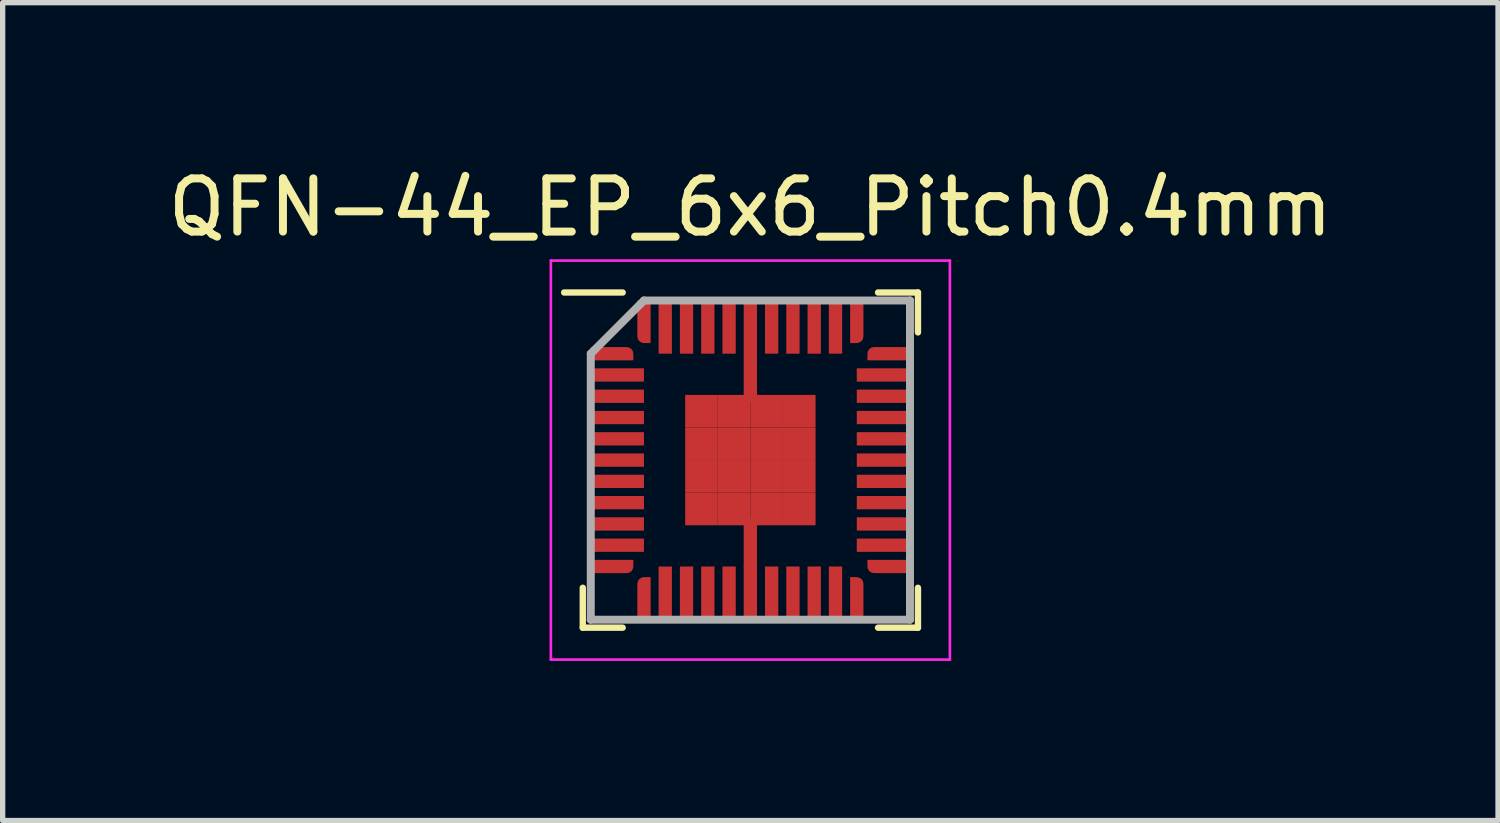
<source format=kicad_pcb>
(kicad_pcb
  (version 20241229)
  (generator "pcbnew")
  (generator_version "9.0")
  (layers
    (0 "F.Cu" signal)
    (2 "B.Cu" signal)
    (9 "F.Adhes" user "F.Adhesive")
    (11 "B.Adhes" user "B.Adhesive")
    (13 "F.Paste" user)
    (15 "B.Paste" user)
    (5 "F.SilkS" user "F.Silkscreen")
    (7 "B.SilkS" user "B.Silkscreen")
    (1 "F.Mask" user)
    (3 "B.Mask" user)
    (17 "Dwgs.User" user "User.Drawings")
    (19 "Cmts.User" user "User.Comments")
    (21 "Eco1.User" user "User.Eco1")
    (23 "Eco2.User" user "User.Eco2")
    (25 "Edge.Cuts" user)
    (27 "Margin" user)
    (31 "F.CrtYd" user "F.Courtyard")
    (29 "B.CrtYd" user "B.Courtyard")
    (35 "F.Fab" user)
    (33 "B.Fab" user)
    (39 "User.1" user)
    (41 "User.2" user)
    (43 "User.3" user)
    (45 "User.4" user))
  (footprint "QFN-44_EP_6x6_Pitch0.4mm"
    (layer "F.Cu")
    (at 11.054 5.598)
    (property "Reference" "QFN-44_EP_6x6_Pitch0.4mm" (at 0 -4.75 0) (layer "F.SilkS") (effects (font (size 1 1) (thickness 0.15))))
    (attr through_hole)
    (fp_line (start 0 -1.212) (end 0 -1.988) (stroke (width 0.25) (type solid)) (layer "F.Cu"))
    (fp_line (start 0 2) (end 0 1.225) (stroke (width 0.25) (type solid)) (layer "F.Cu"))
    (fp_line (start 0 -2) (end 0 -1.225) (stroke (width 0.25) (type solid)) (layer "F.Mask"))
    (fp_line (start 0 1.262) (end 0 2.038) (stroke (width 0.25) (type solid)) (layer "F.Mask"))
    (fp_line (start -3.15 3.15) (end -3.15 2.4) (stroke (width 0.12) (type solid)) (layer "F.SilkS"))
    (fp_line (start -2.4 -3.15) (end -3.5 -3.15) (stroke (width 0.12) (type solid)) (layer "F.SilkS"))
    (fp_line (start -2.4 3.15) (end -3.15 3.15) (stroke (width 0.12) (type solid)) (layer "F.SilkS"))
    (fp_line (start 2.4 -3.15) (end 3.15 -3.15) (stroke (width 0.12) (type solid)) (layer "F.SilkS"))
    (fp_line (start 2.4 3.15) (end 3.15 3.15) (stroke (width 0.12) (type solid)) (layer "F.SilkS"))
    (fp_line (start 3.15 -3.15) (end 3.15 -2.4) (stroke (width 0.12) (type solid)) (layer "F.SilkS"))
    (fp_line (start 3.15 3.15) (end 3.15 2.4) (stroke (width 0.12) (type solid)) (layer "F.SilkS"))
    (fp_line (start -3.75 -3.75) (end 3.75 -3.75) (stroke (width 0.05) (type solid)) (layer "F.CrtYd"))
    (fp_line (start -3.75 3.75) (end -3.75 -3.75) (stroke (width 0.05) (type solid)) (layer "F.CrtYd"))
    (fp_line (start 3.75 -3.75) (end 3.75 3.75) (stroke (width 0.05) (type solid)) (layer "F.CrtYd"))
    (fp_line (start 3.75 3.75) (end -3.75 3.75) (stroke (width 0.05) (type solid)) (layer "F.CrtYd"))
    (fp_line (start -3 -2) (end -3 3) (stroke (width 0.15) (type solid)) (layer "F.Fab"))
    (fp_line (start -3 3) (end 3 3) (stroke (width 0.15) (type solid)) (layer "F.Fab"))
    (fp_line (start -2 -3) (end -3 -2) (stroke (width 0.15) (type solid)) (layer "F.Fab"))
    (fp_line (start 3 -3) (end -2 -3) (stroke (width 0.15) (type solid)) (layer "F.Fab"))
    (fp_line (start 3 3) (end 3 -3) (stroke (width 0.15) (type solid)) (layer "F.Fab"))
    (pad "1" smd roundrect (at -2.6 -2 90) (size 0.25 0.8) (layers "F.Cu" "F.Mask" "F.Paste") (roundrect_rratio 0.5) (chamfer_ratio 0) (chamfer top_left top_right bottom_left))
    (pad "2" smd rect (at -2.5 -1.6 90) (size 0.25 1) (layers "F.Cu" "F.Mask" "F.Paste"))
    (pad "3" smd rect (at -2.5 -1.2 90) (size 0.25 1) (layers "F.Cu" "F.Mask" "F.Paste"))
    (pad "4" smd rect (at -2.5 -0.8 90) (size 0.25 1) (layers "F.Cu" "F.Mask" "F.Paste"))
    (pad "5" smd rect (at -2.5 -0.4 90) (size 0.25 1) (layers "F.Cu" "F.Mask" "F.Paste"))
    (pad "6" smd rect (at -2.5 0 90) (size 0.25 1) (layers "F.Cu" "F.Mask" "F.Paste"))
    (pad "7" smd rect (at -2.5 0.4 90) (size 0.25 1) (layers "F.Cu" "F.Mask" "F.Paste"))
    (pad "8" smd rect (at -2.5 0.8 90) (size 0.25 1) (layers "F.Cu" "F.Mask" "F.Paste"))
    (pad "9" smd rect (at -2.5 1.2 90) (size 0.25 1) (layers "F.Cu" "F.Mask" "F.Paste"))
    (pad "10" smd rect (at -2.5 1.6 90) (size 0.25 1) (layers "F.Cu" "F.Mask" "F.Paste"))
    (pad "11" smd roundrect (at -2.6 2 90) (size 0.25 0.8) (layers "F.Cu" "F.Mask" "F.Paste") (roundrect_rratio 0.5) (chamfer_ratio 0) (chamfer top_left top_right bottom_right))
    (pad "12" smd roundrect (at -2 2.6) (size 0.25 0.8) (layers "F.Cu" "F.Mask" "F.Paste") (roundrect_rratio 0.5) (chamfer_ratio 0) (chamfer top_right bottom_left bottom_right))
    (pad "13" smd rect (at -1.6 2.5) (size 0.25 1) (layers "F.Cu" "F.Mask" "F.Paste"))
    (pad "14" smd rect (at -1.2 2.5) (size 0.25 1) (layers "F.Cu" "F.Mask" "F.Paste"))
    (pad "15" smd rect (at -0.8 2.5) (size 0.25 1) (layers "F.Cu" "F.Mask" "F.Paste"))
    (pad "16" smd rect (at -0.4 2.5) (size 0.25 1) (layers "F.Cu" "F.Mask" "F.Paste"))
    (pad "17" smd rect (at 0 2.5) (size 0.25 1) (layers "F.Cu" "F.Mask" "F.Paste"))
    (pad "18" smd rect (at 0.4 2.5) (size 0.25 1) (layers "F.Cu" "F.Mask" "F.Paste"))
    (pad "19" smd rect (at 0.8 2.5) (size 0.25 1) (layers "F.Cu" "F.Mask" "F.Paste"))
    (pad "20" smd rect (at 1.2 2.5) (size 0.25 1) (layers "F.Cu" "F.Mask" "F.Paste"))
    (pad "21" smd rect (at 1.6 2.5) (size 0.25 1) (layers "F.Cu" "F.Mask" "F.Paste"))
    (pad "22" smd roundrect (at 2 2.6) (size 0.25 0.8) (layers "F.Cu" "F.Mask" "F.Paste") (roundrect_rratio 0.5) (chamfer_ratio 0) (chamfer top_left bottom_left bottom_right))
    (pad "23" smd roundrect (at 2.6 2 90) (size 0.25 0.8) (layers "F.Cu" "F.Mask" "F.Paste") (roundrect_rratio 0.5) (chamfer_ratio 0) (chamfer top_right bottom_left bottom_right))
    (pad "24" smd rect (at 2.5 1.6 90) (size 0.25 1) (layers "F.Cu" "F.Mask" "F.Paste"))
    (pad "25" smd rect (at 2.5 1.2 90) (size 0.25 1) (layers "F.Cu" "F.Mask" "F.Paste"))
    (pad "26" smd rect (at 2.5 0.8 90) (size 0.25 1) (layers "F.Cu" "F.Mask" "F.Paste"))
    (pad "27" smd rect (at 2.5 0.4 90) (size 0.25 1) (layers "F.Cu" "F.Mask" "F.Paste"))
    (pad "28" smd rect (at 2.5 0 90) (size 0.25 1) (layers "F.Cu" "F.Mask" "F.Paste"))
    (pad "29" smd rect (at 2.5 -0.4 90) (size 0.25 1) (layers "F.Cu" "F.Mask" "F.Paste"))
    (pad "30" smd rect (at 2.5 -0.8 90) (size 0.25 1) (layers "F.Cu" "F.Mask" "F.Paste"))
    (pad "31" smd rect (at 2.5 -1.2 90) (size 0.25 1) (layers "F.Cu" "F.Mask" "F.Paste"))
    (pad "32" smd rect (at 2.5 -1.6 90) (size 0.25 1) (layers "F.Cu" "F.Mask" "F.Paste"))
    (pad "33" smd roundrect (at 2.6 -2 90) (size 0.25 0.8) (layers "F.Cu" "F.Mask" "F.Paste") (roundrect_rratio 0.5) (chamfer_ratio 0) (chamfer top_left bottom_left bottom_right))
    (pad "34" smd roundrect (at 2 -2.6) (size 0.25 0.8) (layers "F.Cu" "F.Mask" "F.Paste") (roundrect_rratio 0.5) (chamfer_ratio 0) (chamfer top_left top_right bottom_left))
    (pad "35" smd rect (at 1.6 -2.5) (size 0.25 1) (layers "F.Cu" "F.Mask" "F.Paste"))
    (pad "36" smd rect (at 1.2 -2.5) (size 0.25 1) (layers "F.Cu" "F.Mask" "F.Paste"))
    (pad "37" smd rect (at 0.8 -2.5) (size 0.25 1) (layers "F.Cu" "F.Mask" "F.Paste"))
    (pad "38" smd rect (at 0.4 -2.5) (size 0.25 1) (layers "F.Cu" "F.Mask" "F.Paste"))
    (pad "39" smd rect (at 0 -2.5) (size 0.25 1) (layers "F.Cu" "F.Mask" "F.Paste"))
    (pad "40" smd rect (at -0.4 -2.5) (size 0.25 1) (layers "F.Cu" "F.Mask" "F.Paste"))
    (pad "41" smd rect (at -0.8 -2.5) (size 0.25 1) (layers "F.Cu" "F.Mask" "F.Paste"))
    (pad "42" smd rect (at -1.2 -2.5) (size 0.25 1) (layers "F.Cu" "F.Mask" "F.Paste"))
    (pad "43" smd rect (at -1.6 -2.5) (size 0.25 1) (layers "F.Cu" "F.Mask" "F.Paste"))
    (pad "44" smd roundrect (at -2 -2.6) (size 0.25 0.8) (layers "F.Cu" "F.Mask" "F.Paste") (roundrect_rratio 0.5) (chamfer_ratio 0) (chamfer top_left top_right bottom_right))
    (pad "45" smd rect (at -0.919 -0.919) (size 0.613 0.613) (layers "F.Cu" "F.Mask" "F.Paste"))
    (pad "45" smd rect (at -0.919 -0.306) (size 0.613 0.613) (layers "F.Cu" "F.Mask" "F.Paste"))
    (pad "45" smd rect (at -0.919 0.306) (size 0.613 0.613) (layers "F.Cu" "F.Mask" "F.Paste"))
    (pad "45" smd rect (at -0.919 0.919) (size 0.613 0.613) (layers "F.Cu" "F.Mask" "F.Paste"))
    (pad "45" smd rect (at -0.306 -0.919) (size 0.613 0.613) (layers "F.Cu" "F.Mask" "F.Paste"))
    (pad "45" smd rect (at -0.306 -0.306) (size 0.613 0.613) (layers "F.Cu" "F.Mask" "F.Paste"))
    (pad "45" smd rect (at -0.306 0.306) (size 0.613 0.613) (layers "F.Cu" "F.Mask" "F.Paste"))
    (pad "45" smd rect (at -0.306 0.919) (size 0.613 0.613) (layers "F.Cu" "F.Mask" "F.Paste"))
    (pad "45" smd rect (at 0.306 -0.919) (size 0.613 0.613) (layers "F.Cu" "F.Mask" "F.Paste"))
    (pad "45" smd rect (at 0.306 -0.306) (size 0.613 0.613) (layers "F.Cu" "F.Mask" "F.Paste"))
    (pad "45" smd rect (at 0.306 0.306) (size 0.613 0.613) (layers "F.Cu" "F.Mask" "F.Paste"))
    (pad "45" smd rect (at 0.306 0.919) (size 0.613 0.613) (layers "F.Cu" "F.Mask" "F.Paste"))
    (pad "45" smd rect (at 0.919 -0.919) (size 0.613 0.613) (layers "F.Cu" "F.Mask" "F.Paste"))
    (pad "45" smd rect (at 0.919 -0.306) (size 0.613 0.613) (layers "F.Cu" "F.Mask" "F.Paste"))
    (pad "45" smd rect (at 0.919 0.306) (size 0.613 0.613) (layers "F.Cu" "F.Mask" "F.Paste"))
    (pad "45" smd rect (at 0.919 0.919) (size 0.613 0.613) (layers "F.Cu" "F.Mask" "F.Paste")))
  (gr_rect
    (start -3 -3)
    (end 25.107 12.373)
    (stroke (width 0.1) (type default))
    (fill no)
    (layer "Edge.Cuts")))
</source>
